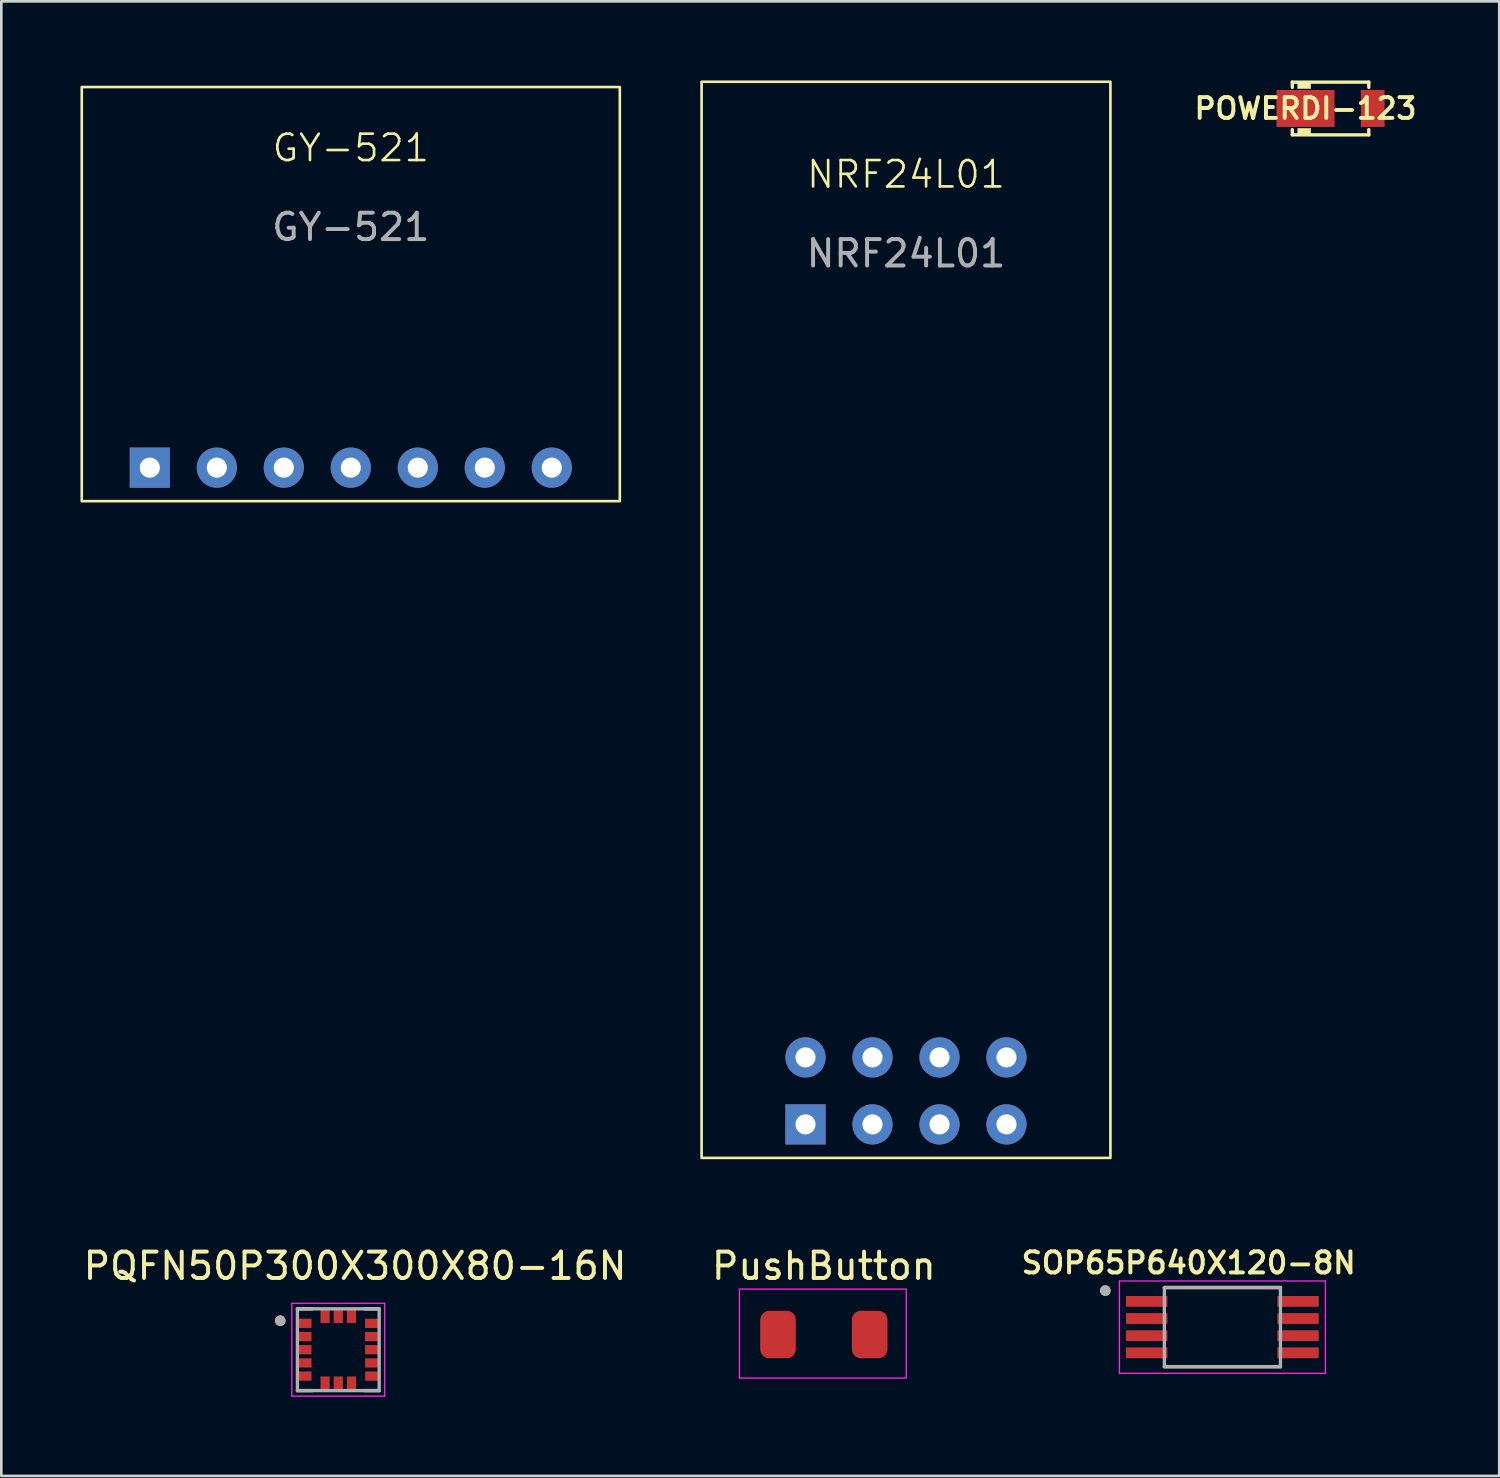
<source format=kicad_pcb>
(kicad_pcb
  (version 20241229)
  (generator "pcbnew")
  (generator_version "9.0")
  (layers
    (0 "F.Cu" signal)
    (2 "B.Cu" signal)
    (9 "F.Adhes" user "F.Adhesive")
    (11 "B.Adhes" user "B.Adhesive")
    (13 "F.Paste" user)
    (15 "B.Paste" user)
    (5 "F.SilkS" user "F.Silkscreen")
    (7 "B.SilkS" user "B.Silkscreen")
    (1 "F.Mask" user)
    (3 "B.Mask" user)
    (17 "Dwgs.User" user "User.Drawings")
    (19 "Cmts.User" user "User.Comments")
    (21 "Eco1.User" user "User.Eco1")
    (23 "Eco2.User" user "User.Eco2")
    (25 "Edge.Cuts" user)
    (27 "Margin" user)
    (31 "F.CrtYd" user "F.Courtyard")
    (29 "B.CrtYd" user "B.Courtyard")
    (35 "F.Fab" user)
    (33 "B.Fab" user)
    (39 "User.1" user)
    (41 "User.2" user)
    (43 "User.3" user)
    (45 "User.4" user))
  (footprint "SOP65P640X120-8N"
    (layer "F.Cu")
    (at 43.296 47.266)
    (property "Reference" "SOP65P640X120-8N" (at -1.28 -2.435 0) (layer "F.SilkS") (effects (font (size 0.8 0.8) (thickness 0.15))))
    (attr through_hole)
    (fp_line (start -2.2 -1.5) (end 2.2 -1.5) (stroke (width 0.127) (type solid)) (layer "F.SilkS"))
    (fp_line (start -2.2 1.5) (end 2.2 1.5) (stroke (width 0.127) (type solid)) (layer "F.SilkS"))
    (fp_circle (center -4.44 -1.385) (end -4.34 -1.385) (stroke (width 0.2) (type solid)) (fill no) (layer "F.SilkS"))
    (fp_line (start -3.905 -1.75) (end -3.905 1.75) (stroke (width 0.05) (type solid)) (layer "F.CrtYd"))
    (fp_line (start -3.905 -1.75) (end 3.905 -1.75) (stroke (width 0.05) (type solid)) (layer "F.CrtYd"))
    (fp_line (start -3.905 1.75) (end 3.905 1.75) (stroke (width 0.05) (type solid)) (layer "F.CrtYd"))
    (fp_line (start 3.905 -1.75) (end 3.905 1.75) (stroke (width 0.05) (type solid)) (layer "F.CrtYd"))
    (fp_line (start -2.2 -1.5) (end -2.2 1.5) (stroke (width 0.127) (type solid)) (layer "F.Fab"))
    (fp_line (start -2.2 -1.5) (end 2.2 -1.5) (stroke (width 0.127) (type solid)) (layer "F.Fab"))
    (fp_line (start -2.2 1.5) (end 2.2 1.5) (stroke (width 0.127) (type solid)) (layer "F.Fab"))
    (fp_line (start 2.2 -1.5) (end 2.2 1.5) (stroke (width 0.127) (type solid)) (layer "F.Fab"))
    (fp_circle (center -4.44 -1.385) (end -4.34 -1.385) (stroke (width 0.2) (type solid)) (fill no) (layer "F.Fab"))
    (pad "1" smd roundrect (at -2.87 -0.975) (size 1.57 0.41) (layers "F.Cu" "F.Mask" "F.Paste") (roundrect_rratio 0.05))
    (pad "2" smd roundrect (at -2.87 -0.325) (size 1.57 0.41) (layers "F.Cu" "F.Mask" "F.Paste") (roundrect_rratio 0.05))
    (pad "3" smd roundrect (at -2.87 0.325) (size 1.57 0.41) (layers "F.Cu" "F.Mask" "F.Paste") (roundrect_rratio 0.05))
    (pad "4" smd roundrect (at -2.87 0.975) (size 1.57 0.41) (layers "F.Cu" "F.Mask" "F.Paste") (roundrect_rratio 0.05))
    (pad "5" smd roundrect (at 2.87 0.975) (size 1.57 0.41) (layers "F.Cu" "F.Mask" "F.Paste") (roundrect_rratio 0.05))
    (pad "6" smd roundrect (at 2.87 0.325) (size 1.57 0.41) (layers "F.Cu" "F.Mask" "F.Paste") (roundrect_rratio 0.05))
    (pad "7" smd roundrect (at 2.87 -0.325) (size 1.57 0.41) (layers "F.Cu" "F.Mask" "F.Paste") (roundrect_rratio 0.05))
    (pad "8" smd roundrect (at 2.87 -0.975) (size 1.57 0.41) (layers "F.Cu" "F.Mask" "F.Paste") (roundrect_rratio 0.05)))
  (footprint "GY-521"
    (layer "F.Cu")
    (at 10.25 0.25)
    (property "Reference" "GY-521" (at 0 2.31 0) (unlocked yes) (layer "F.SilkS") (effects (font (size 1 1) (thickness 0.1))))
    (attr through_hole)
    (fp_rect (start -10.2 0) (end 10.2 15.7) (stroke (width 0.1) (type default)) (fill no) (layer "F.SilkS"))
    (fp_text user "${REFERENCE}" (at 0 5.31 0) (unlocked yes) (layer "F.Fab") (effects (font (size 1 1) (thickness 0.15))))
    (pad "1" thru_hole rect (at -7.62 14.43) (size 1.524 1.524) (drill 0.762) (layers "*.Cu" "*.Mask"))
    (pad "2" thru_hole circle (at -5.08 14.43) (size 1.524 1.524) (drill 0.762) (layers "*.Cu" "*.Mask"))
    (pad "3" thru_hole circle (at -2.54 14.43) (size 1.524 1.524) (drill 0.762) (layers "*.Cu" "*.Mask"))
    (pad "4" thru_hole circle (at 0 14.43) (size 1.524 1.524) (drill 0.762) (layers "*.Cu" "*.Mask"))
    (pad "5" thru_hole circle (at 2.54 14.43) (size 1.524 1.524) (drill 0.762) (layers "*.Cu" "*.Mask"))
    (pad "6" thru_hole circle (at 5.08 14.43) (size 1.524 1.524) (drill 0.762) (layers "*.Cu" "*.Mask"))
    (pad "7" thru_hole circle (at 7.62 14.43) (size 1.524 1.524) (drill 0.762) (layers "*.Cu" "*.Mask")))
  (footprint "PQFN50P300X300X80-16N"
    (layer "F.Cu")
    (at 9.776 48.123)
    (property "Reference" "PQFN50P300X300X80-16N" (at 0.635 -3.175 0) (layer "F.SilkS") (effects (font (size 1 1) (thickness 0.15))))
    (attr through_hole)
    (fp_line (start -1.55 -1.55) (end -0.99 -1.55) (stroke (width 0.127) (type solid)) (layer "F.SilkS"))
    (fp_line (start -1.55 1.55) (end -0.99 1.55) (stroke (width 0.127) (type solid)) (layer "F.SilkS"))
    (fp_line (start 1.55 -1.55) (end 0.99 -1.55) (stroke (width 0.127) (type solid)) (layer "F.SilkS"))
    (fp_line (start 1.55 1.55) (end 0.99 1.55) (stroke (width 0.127) (type solid)) (layer "F.SilkS"))
    (fp_circle (center -2.2 -1.1) (end -2.1 -1.1) (stroke (width 0.2) (type solid)) (fill no) (layer "F.SilkS"))
    (fp_line (start -1.76 -1.76) (end 1.76 -1.76) (stroke (width 0.05) (type solid)) (layer "F.CrtYd"))
    (fp_line (start -1.76 1.76) (end -1.76 -1.76) (stroke (width 0.05) (type solid)) (layer "F.CrtYd"))
    (fp_line (start 1.76 -1.76) (end 1.76 1.76) (stroke (width 0.05) (type solid)) (layer "F.CrtYd"))
    (fp_line (start 1.76 1.76) (end -1.76 1.76) (stroke (width 0.05) (type solid)) (layer "F.CrtYd"))
    (fp_line (start -1.55 -1.55) (end 1.55 -1.55) (stroke (width 0.127) (type solid)) (layer "F.Fab"))
    (fp_line (start -1.55 1.55) (end -1.55 -1.55) (stroke (width 0.127) (type solid)) (layer "F.Fab"))
    (fp_line (start 1.55 -1.55) (end 1.55 1.55) (stroke (width 0.127) (type solid)) (layer "F.Fab"))
    (fp_line (start 1.55 1.55) (end -1.55 1.55) (stroke (width 0.127) (type solid)) (layer "F.Fab"))
    (fp_circle (center -2.2 -1.1) (end -2.1 -1.1) (stroke (width 0.2) (type solid)) (fill no) (layer "F.Fab"))
    (pad "1" smd rect (at -1.26 -1) (size 0.49 0.35) (layers "F.Cu" "F.Mask" "F.Paste"))
    (pad "2" smd rect (at -1.26 -0.5) (size 0.49 0.35) (layers "F.Cu" "F.Mask" "F.Paste"))
    (pad "3" smd rect (at -1.26 0) (size 0.49 0.35) (layers "F.Cu" "F.Mask" "F.Paste"))
    (pad "4" smd rect (at -1.26 0.5) (size 0.49 0.35) (layers "F.Cu" "F.Mask" "F.Paste"))
    (pad "5" smd rect (at -1.26 1) (size 0.49 0.35) (layers "F.Cu" "F.Mask" "F.Paste"))
    (pad "6" smd rect (at -0.5 1.26 90) (size 0.49 0.35) (layers "F.Cu" "F.Mask" "F.Paste"))
    (pad "7" smd rect (at 0 1.26 90) (size 0.49 0.35) (layers "F.Cu" "F.Mask" "F.Paste"))
    (pad "8" smd rect (at 0.5 1.26 90) (size 0.49 0.35) (layers "F.Cu" "F.Mask" "F.Paste"))
    (pad "9" smd rect (at 1.26 1 180) (size 0.49 0.35) (layers "F.Cu" "F.Mask" "F.Paste"))
    (pad "10" smd rect (at 1.26 0.5 180) (size 0.49 0.35) (layers "F.Cu" "F.Mask" "F.Paste"))
    (pad "11" smd rect (at 1.26 0 180) (size 0.49 0.35) (layers "F.Cu" "F.Mask" "F.Paste"))
    (pad "12" smd rect (at 1.26 -0.5 180) (size 0.49 0.35) (layers "F.Cu" "F.Mask" "F.Paste"))
    (pad "13" smd rect (at 1.26 -1 180) (size 0.49 0.35) (layers "F.Cu" "F.Mask" "F.Paste"))
    (pad "14" smd rect (at 0.5 -1.26 270) (size 0.49 0.35) (layers "F.Cu" "F.Mask" "F.Paste"))
    (pad "15" smd rect (at 0 -1.26 270) (size 0.49 0.35) (layers "F.Cu" "F.Mask" "F.Paste"))
    (pad "16" smd rect (at -0.5 -1.26 270) (size 0.49 0.35) (layers "F.Cu" "F.Mask" "F.Paste")))
  (footprint "POWERDI-123"
    (layer "F.Cu")
    (at 46.446 1.063)
    (property "Reference" "POWERDI-123" (at 0 0 0) (layer "F.SilkS") (effects (font (size 0.787 0.787) (thickness 0.15))))
    (attr smd)
    (fp_line (start -0.5 -1) (end -0.5 -0.8) (stroke (width 0.127) (type solid)) (layer "F.SilkS"))
    (fp_line (start -0.5 -1) (end 2.4 -1) (stroke (width 0.127) (type solid)) (layer "F.SilkS"))
    (fp_line (start -0.5 1) (end -0.5 0.8) (stroke (width 0.127) (type solid)) (layer "F.SilkS"))
    (fp_line (start -0.5 1) (end 2.4 1) (stroke (width 0.127) (type solid)) (layer "F.SilkS"))
    (fp_line (start 2.4 -1) (end 2.4 -0.8) (stroke (width 0.127) (type solid)) (layer "F.SilkS"))
    (fp_line (start 2.4 1) (end 2.4 0.8) (stroke (width 0.127) (type solid)) (layer "F.SilkS"))
    (fp_poly (pts (xy -0.3 -1) (xy 0.2 -1) (xy 0.2 -0.751) (xy -0.3 -0.751)) (stroke (width 0.01) (type solid)) (fill yes) (layer "F.SilkS"))
    (fp_poly (pts (xy -0.3 0.75) (xy 0.2 0.75) (xy 0.2 1.001) (xy -0.3 1.001)) (stroke (width 0.01) (type solid)) (fill yes) (layer "F.SilkS"))
    (pad "A" smd rect (at 2.55 0) (size 0.9 1.4) (layers "F.Cu" "F.Mask" "F.Paste"))
    (pad "C" smd rect (at 0 0) (size 2.2 1.4) (layers "F.Cu" "F.Mask" "F.Paste")))
  (footprint "NRF24L01"
    (layer "F.Cu")
    (at 31.3 40.85)
    (property "Reference" "NRF24L01" (at 0 -37.29 0) (unlocked yes) (layer "F.SilkS") (effects (font (size 1 1) (thickness 0.1))))
    (attr through_hole)
    (fp_rect (start -7.75 -40.8) (end 7.75 0) (stroke (width 0.1) (type default)) (fill no) (layer "F.SilkS"))
    (fp_text user "${REFERENCE}" (at 0 -34.29 0) (unlocked yes) (layer "F.Fab") (effects (font (size 1 1) (thickness 0.15))))
    (pad "1" thru_hole rect (at -3.81 -1.27 180) (size 1.524 1.524) (drill 0.762) (layers "*.Cu" "*.Mask"))
    (pad "2" thru_hole circle (at -3.81 -3.81 180) (size 1.524 1.524) (drill 0.762) (layers "*.Cu" "*.Mask"))
    (pad "3" thru_hole circle (at -1.27 -1.27 180) (size 1.524 1.524) (drill 0.762) (layers "*.Cu" "*.Mask"))
    (pad "4" thru_hole circle (at -1.27 -3.81 180) (size 1.524 1.524) (drill 0.762) (layers "*.Cu" "*.Mask"))
    (pad "5" thru_hole circle (at 1.27 -1.27 180) (size 1.524 1.524) (drill 0.762) (layers "*.Cu" "*.Mask"))
    (pad "6" thru_hole circle (at 1.27 -3.81 180) (size 1.524 1.524) (drill 0.762) (layers "*.Cu" "*.Mask"))
    (pad "7" thru_hole circle (at 3.81 -1.27 180) (size 1.524 1.524) (drill 0.762) (layers "*.Cu" "*.Mask"))
    (pad "8" thru_hole circle (at 3.81 -3.81 180) (size 1.524 1.524) (drill 0.762) (layers "*.Cu" "*.Mask")))
  (footprint "PushButton"
    (layer "F.Cu")
    (at 28.185 47.548)
    (property "Reference" "PushButton" (at 0 -2.6 0) (unlocked yes) (layer "F.SilkS") (effects (font (size 1 1) (thickness 0.15))))
    (attr smd)
    (fp_rect (start 3.125 1.65) (end -3.2 -1.725) (stroke (width 0.05) (type solid)) (fill no) (layer "F.CrtYd"))
    (pad "1" smd roundrect (at -1.738 0) (size 1.35 1.8) (layers "F.Cu" "F.Mask" "F.Paste") (roundrect_rratio 0.25))
    (pad "2" smd roundrect (at 1.738 0) (size 1.35 1.8) (layers "F.Cu" "F.Mask" "F.Paste") (roundrect_rratio 0.25)))
  (gr_rect
    (start -3 -3)
    (end 53.791 52.908)
    (stroke (width 0.1) (type default))
    (fill no)
    (layer "Edge.Cuts")))
</source>
